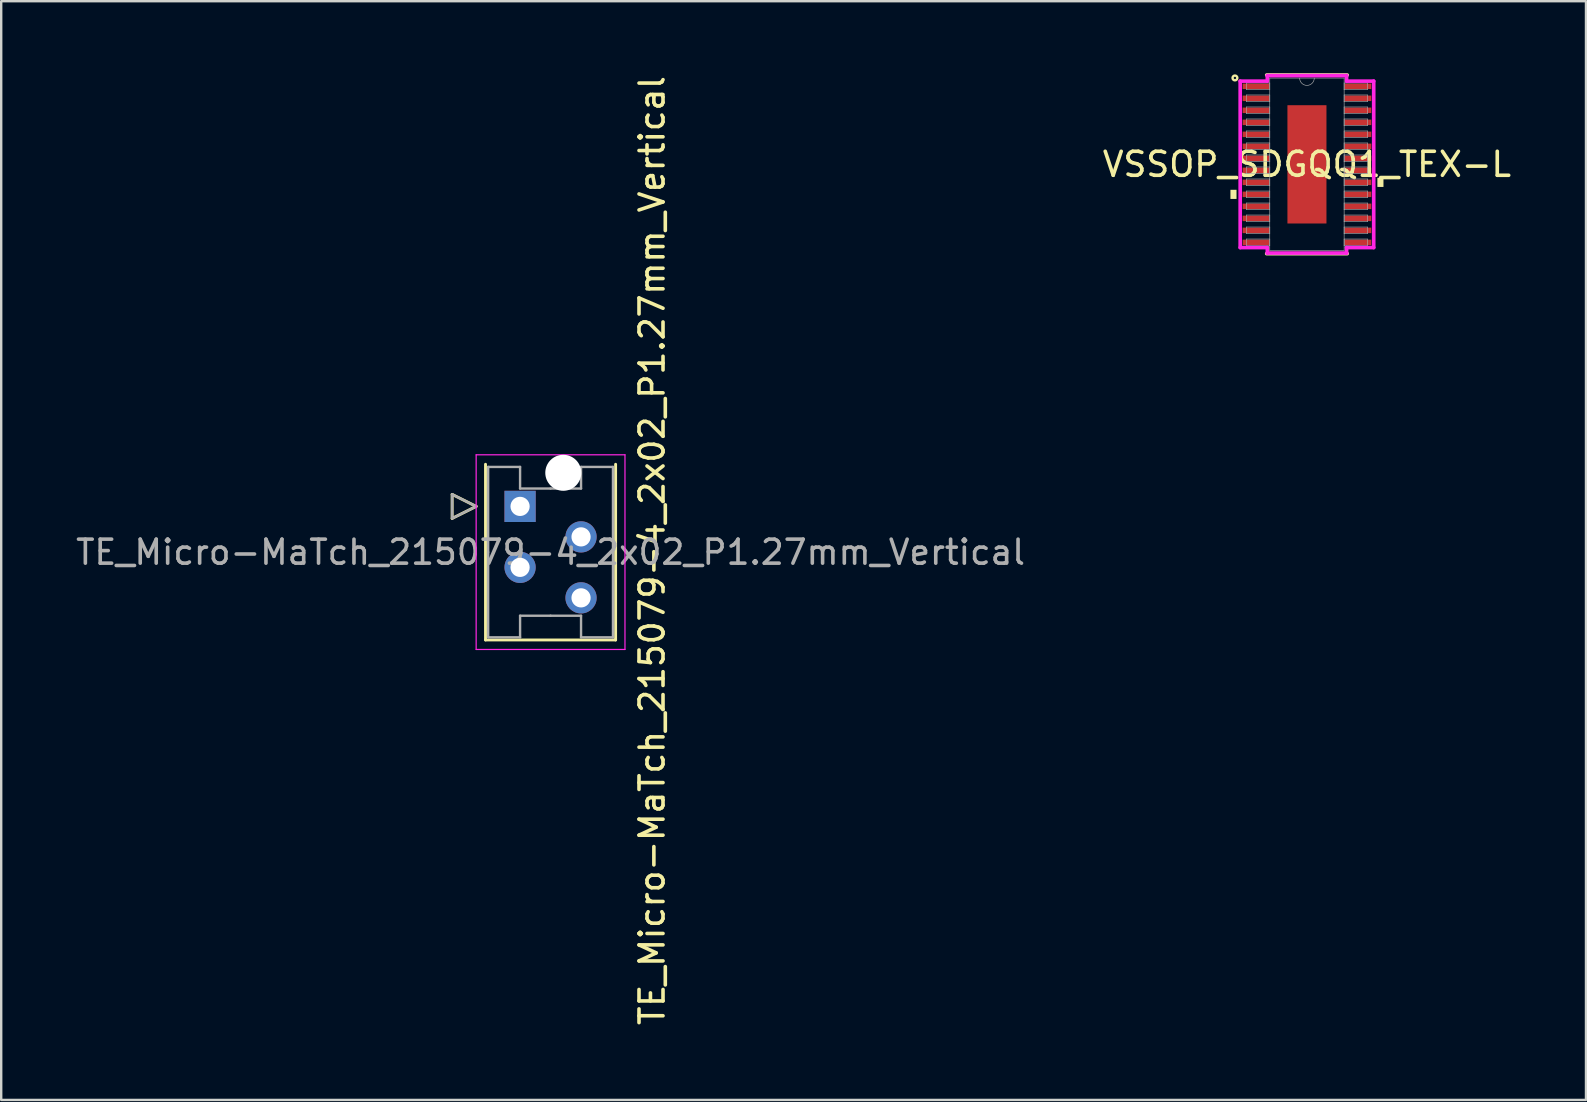
<source format=kicad_pcb>
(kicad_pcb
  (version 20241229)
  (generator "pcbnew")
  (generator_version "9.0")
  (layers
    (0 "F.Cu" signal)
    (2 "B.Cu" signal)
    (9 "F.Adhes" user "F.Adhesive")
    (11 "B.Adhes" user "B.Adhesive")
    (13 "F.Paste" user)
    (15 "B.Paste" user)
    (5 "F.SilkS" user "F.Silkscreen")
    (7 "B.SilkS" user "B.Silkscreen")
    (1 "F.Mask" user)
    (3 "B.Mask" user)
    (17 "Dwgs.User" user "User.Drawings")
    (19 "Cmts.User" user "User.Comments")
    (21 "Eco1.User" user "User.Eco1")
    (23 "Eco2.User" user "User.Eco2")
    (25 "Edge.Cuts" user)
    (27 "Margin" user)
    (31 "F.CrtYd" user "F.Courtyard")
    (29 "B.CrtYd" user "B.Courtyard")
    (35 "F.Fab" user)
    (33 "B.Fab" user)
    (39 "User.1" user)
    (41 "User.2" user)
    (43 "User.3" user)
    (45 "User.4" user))
  (footprint "TE_Micro-MaTch_215079-4_2x02_P1.27mm_Vertical"
    (layer "F.Cu")
    (at 18.617 18.047)
    (property "Reference" "TE_Micro-MaTch_215079-4_2x02_P1.27mm_Vertical" (at 5.5 1.84 270) (layer "F.SilkS") (effects (font (size 1 1) (thickness 0.15))))
    (attr through_hole)
    (fp_line (start -2.83 -0.5) (end -1.83 0) (stroke (width 0.12) (type solid)) (layer "F.SilkS"))
    (fp_line (start -2.83 0.5) (end -2.83 -0.5) (stroke (width 0.12) (type solid)) (layer "F.SilkS"))
    (fp_line (start -1.83 0) (end -2.83 0.5) (stroke (width 0.12) (type solid)) (layer "F.SilkS"))
    (fp_line (start -1.44 -1.755) (end -1.44 5.565) (stroke (width 0.12) (type solid)) (layer "F.SilkS"))
    (fp_line (start -1.44 5.565) (end 3.98 5.565) (stroke (width 0.12) (type solid)) (layer "F.SilkS"))
    (fp_line (start 3.98 5.565) (end 3.98 -1.755) (stroke (width 0.12) (type solid)) (layer "F.SilkS"))
    (fp_line (start -1.83 -2.15) (end -1.83 5.96) (stroke (width 0.05) (type solid)) (layer "F.CrtYd"))
    (fp_line (start -1.83 5.96) (end 4.37 5.96) (stroke (width 0.05) (type solid)) (layer "F.CrtYd"))
    (fp_line (start 4.37 -2.15) (end -1.83 -2.15) (stroke (width 0.05) (type solid)) (layer "F.CrtYd"))
    (fp_line (start 4.37 5.96) (end 4.37 -2.15) (stroke (width 0.05) (type solid)) (layer "F.CrtYd"))
    (fp_line (start -2.83 -0.5) (end -1.83 0) (stroke (width 0.1) (type solid)) (layer "F.Fab"))
    (fp_line (start -2.83 0.5) (end -2.83 -0.5) (stroke (width 0.1) (type solid)) (layer "F.Fab"))
    (fp_line (start -1.83 0) (end -2.83 0.5) (stroke (width 0.1) (type solid)) (layer "F.Fab"))
    (fp_line (start -1.33 -1.645) (end -1.33 1.905) (stroke (width 0.1) (type solid)) (layer "F.Fab"))
    (fp_line (start -1.33 5.455) (end -1.33 1.905) (stroke (width 0.1) (type solid)) (layer "F.Fab"))
    (fp_line (start 0 -1.645) (end -1.33 -1.645) (stroke (width 0.1) (type solid)) (layer "F.Fab"))
    (fp_line (start 0 -0.745) (end 0 -1.645) (stroke (width 0.1) (type solid)) (layer "F.Fab"))
    (fp_line (start 0 4.555) (end 0 5.455) (stroke (width 0.1) (type solid)) (layer "F.Fab"))
    (fp_line (start 0 5.455) (end -1.33 5.455) (stroke (width 0.1) (type solid)) (layer "F.Fab"))
    (fp_line (start 1.27 -0.745) (end 0 -0.745) (stroke (width 0.1) (type solid)) (layer "F.Fab"))
    (fp_line (start 1.27 -0.745) (end 2.54 -0.745) (stroke (width 0.1) (type solid)) (layer "F.Fab"))
    (fp_line (start 1.27 4.555) (end 0 4.555) (stroke (width 0.1) (type solid)) (layer "F.Fab"))
    (fp_line (start 1.27 4.555) (end 2.54 4.555) (stroke (width 0.1) (type solid)) (layer "F.Fab"))
    (fp_line (start 2.54 -1.645) (end 3.87 -1.645) (stroke (width 0.1) (type solid)) (layer "F.Fab"))
    (fp_line (start 2.54 -0.745) (end 2.54 -1.645) (stroke (width 0.1) (type solid)) (layer "F.Fab"))
    (fp_line (start 2.54 4.555) (end 2.54 5.455) (stroke (width 0.1) (type solid)) (layer "F.Fab"))
    (fp_line (start 2.54 5.455) (end 3.87 5.455) (stroke (width 0.1) (type solid)) (layer "F.Fab"))
    (fp_line (start 3.87 -1.645) (end 3.87 1.905) (stroke (width 0.1) (type solid)) (layer "F.Fab"))
    (fp_line (start 3.87 5.455) (end 3.87 1.905) (stroke (width 0.1) (type solid)) (layer "F.Fab"))
    (fp_text user "${REFERENCE}" (at 1.27 1.91 0) (layer "F.Fab") (effects (font (size 1 1) (thickness 0.15))))
    (pad "" np_thru_hole circle (at 1.8 -1.4) (size 1.5 1.5) (drill 1.5) (layers "*.Cu" "*.Mask"))
    (pad "1" thru_hole rect (at 0 0) (size 1.3 1.3) (drill 0.8) (layers "*.Cu" "*.Mask"))
    (pad "2" thru_hole circle (at 2.54 1.27) (size 1.3 1.3) (drill 0.8) (layers "*.Cu" "*.Mask"))
    (pad "3" thru_hole circle (at 0 2.54) (size 1.3 1.3) (drill 0.8) (layers "*.Cu" "*.Mask"))
    (pad "4" thru_hole circle (at 2.54 3.81) (size 1.3 1.3) (drill 0.8) (layers "*.Cu" "*.Mask")))
  (footprint "VSSOP_SDGQQ1_TEX-L"
    (layer "F.Cu")
    (at 51.399 3.797)
    (property "Reference" "VSSOP_SDGQQ1_TEX-L" (at 0 0 0) (unlocked yes) (layer "F.SilkS") (effects (font (size 1 1) (thickness 0.15))))
    (attr smd)
    (fp_line (start -1.676 3.721) (end 1.676 3.721) (stroke (width 0.152) (type solid)) (layer "F.SilkS"))
    (fp_line (start 1.676 -3.721) (end -1.676 -3.721) (stroke (width 0.152) (type solid)) (layer "F.SilkS"))
    (fp_circle (center -3 -3.6) (end -3.1 -3.6) (stroke (width 0.1) (type solid)) (fill no) (layer "F.SilkS"))
    (fp_poly (pts (xy -3.188 1.06) (xy -3.188 1.441) (xy -2.934 1.441) (xy -2.934 1.06)) (stroke (width 0) (type solid)) (fill yes) (layer "F.SilkS"))
    (fp_poly (pts (xy 3.188 0.56) (xy 3.188 0.941) (xy 2.934 0.941) (xy 2.934 0.56)) (stroke (width 0) (type solid)) (fill yes) (layer "F.SilkS"))
    (fp_poly (pts (xy -0.713 -2.364) (xy -0.713 -0.921) (xy 0.713 -0.921) (xy 0.713 -2.364)) (stroke (width 0) (type solid)) (fill yes) (layer "F.Paste"))
    (fp_poly (pts (xy -0.713 -0.721) (xy -0.713 0.721) (xy 0.713 0.721) (xy 0.713 -0.721)) (stroke (width 0) (type solid)) (fill yes) (layer "F.Paste"))
    (fp_poly (pts (xy -0.713 0.921) (xy -0.713 2.364) (xy 0.713 2.364) (xy 0.713 0.921)) (stroke (width 0) (type solid)) (fill yes) (layer "F.Paste"))
    (fp_line (start -2.781 -3.467) (end -1.651 -3.467) (stroke (width 0.152) (type solid)) (layer "F.CrtYd"))
    (fp_line (start -2.781 3.467) (end -2.781 -3.467) (stroke (width 0.152) (type solid)) (layer "F.CrtYd"))
    (fp_line (start -2.781 3.467) (end -1.651 3.467) (stroke (width 0.152) (type solid)) (layer "F.CrtYd"))
    (fp_line (start -1.651 -3.696) (end 1.651 -3.696) (stroke (width 0.152) (type solid)) (layer "F.CrtYd"))
    (fp_line (start -1.651 -3.467) (end -1.651 -3.696) (stroke (width 0.152) (type solid)) (layer "F.CrtYd"))
    (fp_line (start -1.651 3.696) (end -1.651 3.467) (stroke (width 0.152) (type solid)) (layer "F.CrtYd"))
    (fp_line (start 1.651 -3.696) (end 1.651 -3.467) (stroke (width 0.152) (type solid)) (layer "F.CrtYd"))
    (fp_line (start 1.651 3.467) (end 1.651 3.696) (stroke (width 0.152) (type solid)) (layer "F.CrtYd"))
    (fp_line (start 1.651 3.696) (end -1.651 3.696) (stroke (width 0.152) (type solid)) (layer "F.CrtYd"))
    (fp_line (start 2.781 -3.467) (end 1.651 -3.467) (stroke (width 0.152) (type solid)) (layer "F.CrtYd"))
    (fp_line (start 2.781 -3.467) (end 2.781 3.467) (stroke (width 0.152) (type solid)) (layer "F.CrtYd"))
    (fp_line (start 2.781 3.467) (end 1.651 3.467) (stroke (width 0.152) (type solid)) (layer "F.CrtYd"))
    (fp_line (start -2.527 -3.391) (end -2.527 -3.111) (stroke (width 0.025) (type solid)) (layer "F.Fab"))
    (fp_line (start -2.527 -3.111) (end -1.549 -3.111) (stroke (width 0.025) (type solid)) (layer "F.Fab"))
    (fp_line (start -2.527 -2.89) (end -2.527 -2.611) (stroke (width 0.025) (type solid)) (layer "F.Fab"))
    (fp_line (start -2.527 -2.611) (end -1.549 -2.611) (stroke (width 0.025) (type solid)) (layer "F.Fab"))
    (fp_line (start -2.527 -2.39) (end -2.527 -2.111) (stroke (width 0.025) (type solid)) (layer "F.Fab"))
    (fp_line (start -2.527 -2.111) (end -1.549 -2.111) (stroke (width 0.025) (type solid)) (layer "F.Fab"))
    (fp_line (start -2.527 -1.89) (end -2.527 -1.611) (stroke (width 0.025) (type solid)) (layer "F.Fab"))
    (fp_line (start -2.527 -1.611) (end -1.549 -1.611) (stroke (width 0.025) (type solid)) (layer "F.Fab"))
    (fp_line (start -2.527 -1.39) (end -2.527 -1.111) (stroke (width 0.025) (type solid)) (layer "F.Fab"))
    (fp_line (start -2.527 -1.111) (end -1.549 -1.111) (stroke (width 0.025) (type solid)) (layer "F.Fab"))
    (fp_line (start -2.527 -0.89) (end -2.527 -0.61) (stroke (width 0.025) (type solid)) (layer "F.Fab"))
    (fp_line (start -2.527 -0.61) (end -1.549 -0.61) (stroke (width 0.025) (type solid)) (layer "F.Fab"))
    (fp_line (start -2.527 -0.39) (end -2.527 -0.11) (stroke (width 0.025) (type solid)) (layer "F.Fab"))
    (fp_line (start -2.527 -0.11) (end -1.549 -0.11) (stroke (width 0.025) (type solid)) (layer "F.Fab"))
    (fp_line (start -2.527 0.11) (end -2.527 0.39) (stroke (width 0.025) (type solid)) (layer "F.Fab"))
    (fp_line (start -2.527 0.39) (end -1.549 0.39) (stroke (width 0.025) (type solid)) (layer "F.Fab"))
    (fp_line (start -2.527 0.61) (end -2.527 0.89) (stroke (width 0.025) (type solid)) (layer "F.Fab"))
    (fp_line (start -2.527 0.89) (end -1.549 0.89) (stroke (width 0.025) (type solid)) (layer "F.Fab"))
    (fp_line (start -2.527 1.111) (end -2.527 1.39) (stroke (width 0.025) (type solid)) (layer "F.Fab"))
    (fp_line (start -2.527 1.39) (end -1.549 1.39) (stroke (width 0.025) (type solid)) (layer "F.Fab"))
    (fp_line (start -2.527 1.611) (end -2.527 1.89) (stroke (width 0.025) (type solid)) (layer "F.Fab"))
    (fp_line (start -2.527 1.89) (end -1.549 1.89) (stroke (width 0.025) (type solid)) (layer "F.Fab"))
    (fp_line (start -2.527 2.111) (end -2.527 2.39) (stroke (width 0.025) (type solid)) (layer "F.Fab"))
    (fp_line (start -2.527 2.39) (end -1.549 2.39) (stroke (width 0.025) (type solid)) (layer "F.Fab"))
    (fp_line (start -2.527 2.611) (end -2.527 2.89) (stroke (width 0.025) (type solid)) (layer "F.Fab"))
    (fp_line (start -2.527 2.89) (end -1.549 2.89) (stroke (width 0.025) (type solid)) (layer "F.Fab"))
    (fp_line (start -2.527 3.111) (end -2.527 3.391) (stroke (width 0.025) (type solid)) (layer "F.Fab"))
    (fp_line (start -2.527 3.391) (end -1.549 3.391) (stroke (width 0.025) (type solid)) (layer "F.Fab"))
    (fp_line (start -1.549 -3.594) (end -1.549 3.594) (stroke (width 0.025) (type solid)) (layer "F.Fab"))
    (fp_line (start -1.549 -3.391) (end -2.527 -3.391) (stroke (width 0.025) (type solid)) (layer "F.Fab"))
    (fp_line (start -1.549 -3.111) (end -1.549 -3.391) (stroke (width 0.025) (type solid)) (layer "F.Fab"))
    (fp_line (start -1.549 -2.89) (end -2.527 -2.89) (stroke (width 0.025) (type solid)) (layer "F.Fab"))
    (fp_line (start -1.549 -2.611) (end -1.549 -2.89) (stroke (width 0.025) (type solid)) (layer "F.Fab"))
    (fp_line (start -1.549 -2.39) (end -2.527 -2.39) (stroke (width 0.025) (type solid)) (layer "F.Fab"))
    (fp_line (start -1.549 -2.111) (end -1.549 -2.39) (stroke (width 0.025) (type solid)) (layer "F.Fab"))
    (fp_line (start -1.549 -1.89) (end -2.527 -1.89) (stroke (width 0.025) (type solid)) (layer "F.Fab"))
    (fp_line (start -1.549 -1.611) (end -1.549 -1.89) (stroke (width 0.025) (type solid)) (layer "F.Fab"))
    (fp_line (start -1.549 -1.39) (end -2.527 -1.39) (stroke (width 0.025) (type solid)) (layer "F.Fab"))
    (fp_line (start -1.549 -1.111) (end -1.549 -1.39) (stroke (width 0.025) (type solid)) (layer "F.Fab"))
    (fp_line (start -1.549 -0.89) (end -2.527 -0.89) (stroke (width 0.025) (type solid)) (layer "F.Fab"))
    (fp_line (start -1.549 -0.61) (end -1.549 -0.89) (stroke (width 0.025) (type solid)) (layer "F.Fab"))
    (fp_line (start -1.549 -0.39) (end -2.527 -0.39) (stroke (width 0.025) (type solid)) (layer "F.Fab"))
    (fp_line (start -1.549 -0.11) (end -1.549 -0.39) (stroke (width 0.025) (type solid)) (layer "F.Fab"))
    (fp_line (start -1.549 0.11) (end -2.527 0.11) (stroke (width 0.025) (type solid)) (layer "F.Fab"))
    (fp_line (start -1.549 0.39) (end -1.549 0.11) (stroke (width 0.025) (type solid)) (layer "F.Fab"))
    (fp_line (start -1.549 0.61) (end -2.527 0.61) (stroke (width 0.025) (type solid)) (layer "F.Fab"))
    (fp_line (start -1.549 0.89) (end -1.549 0.61) (stroke (width 0.025) (type solid)) (layer "F.Fab"))
    (fp_line (start -1.549 1.111) (end -2.527 1.111) (stroke (width 0.025) (type solid)) (layer "F.Fab"))
    (fp_line (start -1.549 1.39) (end -1.549 1.111) (stroke (width 0.025) (type solid)) (layer "F.Fab"))
    (fp_line (start -1.549 1.611) (end -2.527 1.611) (stroke (width 0.025) (type solid)) (layer "F.Fab"))
    (fp_line (start -1.549 1.89) (end -1.549 1.611) (stroke (width 0.025) (type solid)) (layer "F.Fab"))
    (fp_line (start -1.549 2.111) (end -2.527 2.111) (stroke (width 0.025) (type solid)) (layer "F.Fab"))
    (fp_line (start -1.549 2.39) (end -1.549 2.111) (stroke (width 0.025) (type solid)) (layer "F.Fab"))
    (fp_line (start -1.549 2.611) (end -2.527 2.611) (stroke (width 0.025) (type solid)) (layer "F.Fab"))
    (fp_line (start -1.549 2.89) (end -1.549 2.611) (stroke (width 0.025) (type solid)) (layer "F.Fab"))
    (fp_line (start -1.549 3.111) (end -2.527 3.111) (stroke (width 0.025) (type solid)) (layer "F.Fab"))
    (fp_line (start -1.549 3.391) (end -1.549 3.111) (stroke (width 0.025) (type solid)) (layer "F.Fab"))
    (fp_line (start -1.549 3.594) (end 1.549 3.594) (stroke (width 0.025) (type solid)) (layer "F.Fab"))
    (fp_line (start 1.549 -3.594) (end -1.549 -3.594) (stroke (width 0.025) (type solid)) (layer "F.Fab"))
    (fp_line (start 1.549 -3.391) (end 1.549 -3.111) (stroke (width 0.025) (type solid)) (layer "F.Fab"))
    (fp_line (start 1.549 -3.111) (end 2.527 -3.111) (stroke (width 0.025) (type solid)) (layer "F.Fab"))
    (fp_line (start 1.549 -2.89) (end 1.549 -2.611) (stroke (width 0.025) (type solid)) (layer "F.Fab"))
    (fp_line (start 1.549 -2.611) (end 2.527 -2.611) (stroke (width 0.025) (type solid)) (layer "F.Fab"))
    (fp_line (start 1.549 -2.39) (end 1.549 -2.111) (stroke (width 0.025) (type solid)) (layer "F.Fab"))
    (fp_line (start 1.549 -2.111) (end 2.527 -2.111) (stroke (width 0.025) (type solid)) (layer "F.Fab"))
    (fp_line (start 1.549 -1.89) (end 1.549 -1.611) (stroke (width 0.025) (type solid)) (layer "F.Fab"))
    (fp_line (start 1.549 -1.611) (end 2.527 -1.611) (stroke (width 0.025) (type solid)) (layer "F.Fab"))
    (fp_line (start 1.549 -1.39) (end 1.549 -1.111) (stroke (width 0.025) (type solid)) (layer "F.Fab"))
    (fp_line (start 1.549 -1.111) (end 2.527 -1.111) (stroke (width 0.025) (type solid)) (layer "F.Fab"))
    (fp_line (start 1.549 -0.89) (end 1.549 -0.61) (stroke (width 0.025) (type solid)) (layer "F.Fab"))
    (fp_line (start 1.549 -0.61) (end 2.527 -0.61) (stroke (width 0.025) (type solid)) (layer "F.Fab"))
    (fp_line (start 1.549 -0.39) (end 1.549 -0.11) (stroke (width 0.025) (type solid)) (layer "F.Fab"))
    (fp_line (start 1.549 -0.11) (end 2.527 -0.11) (stroke (width 0.025) (type solid)) (layer "F.Fab"))
    (fp_line (start 1.549 0.11) (end 1.549 0.39) (stroke (width 0.025) (type solid)) (layer "F.Fab"))
    (fp_line (start 1.549 0.39) (end 2.527 0.39) (stroke (width 0.025) (type solid)) (layer "F.Fab"))
    (fp_line (start 1.549 0.61) (end 1.549 0.89) (stroke (width 0.025) (type solid)) (layer "F.Fab"))
    (fp_line (start 1.549 0.89) (end 2.527 0.89) (stroke (width 0.025) (type solid)) (layer "F.Fab"))
    (fp_line (start 1.549 1.111) (end 1.549 1.39) (stroke (width 0.025) (type solid)) (layer "F.Fab"))
    (fp_line (start 1.549 1.39) (end 2.527 1.39) (stroke (width 0.025) (type solid)) (layer "F.Fab"))
    (fp_line (start 1.549 1.611) (end 1.549 1.89) (stroke (width 0.025) (type solid)) (layer "F.Fab"))
    (fp_line (start 1.549 1.89) (end 2.527 1.89) (stroke (width 0.025) (type solid)) (layer "F.Fab"))
    (fp_line (start 1.549 2.111) (end 1.549 2.39) (stroke (width 0.025) (type solid)) (layer "F.Fab"))
    (fp_line (start 1.549 2.39) (end 2.527 2.39) (stroke (width 0.025) (type solid)) (layer "F.Fab"))
    (fp_line (start 1.549 2.611) (end 1.549 2.89) (stroke (width 0.025) (type solid)) (layer "F.Fab"))
    (fp_line (start 1.549 2.89) (end 2.527 2.89) (stroke (width 0.025) (type solid)) (layer "F.Fab"))
    (fp_line (start 1.549 3.111) (end 1.549 3.391) (stroke (width 0.025) (type solid)) (layer "F.Fab"))
    (fp_line (start 1.549 3.391) (end 2.527 3.391) (stroke (width 0.025) (type solid)) (layer "F.Fab"))
    (fp_line (start 1.549 3.594) (end 1.549 -3.594) (stroke (width 0.025) (type solid)) (layer "F.Fab"))
    (fp_line (start 2.527 -3.391) (end 1.549 -3.391) (stroke (width 0.025) (type solid)) (layer "F.Fab"))
    (fp_line (start 2.527 -3.111) (end 2.527 -3.391) (stroke (width 0.025) (type solid)) (layer "F.Fab"))
    (fp_line (start 2.527 -2.89) (end 1.549 -2.89) (stroke (width 0.025) (type solid)) (layer "F.Fab"))
    (fp_line (start 2.527 -2.611) (end 2.527 -2.89) (stroke (width 0.025) (type solid)) (layer "F.Fab"))
    (fp_line (start 2.527 -2.39) (end 1.549 -2.39) (stroke (width 0.025) (type solid)) (layer "F.Fab"))
    (fp_line (start 2.527 -2.111) (end 2.527 -2.39) (stroke (width 0.025) (type solid)) (layer "F.Fab"))
    (fp_line (start 2.527 -1.89) (end 1.549 -1.89) (stroke (width 0.025) (type solid)) (layer "F.Fab"))
    (fp_line (start 2.527 -1.611) (end 2.527 -1.89) (stroke (width 0.025) (type solid)) (layer "F.Fab"))
    (fp_line (start 2.527 -1.39) (end 1.549 -1.39) (stroke (width 0.025) (type solid)) (layer "F.Fab"))
    (fp_line (start 2.527 -1.111) (end 2.527 -1.39) (stroke (width 0.025) (type solid)) (layer "F.Fab"))
    (fp_line (start 2.527 -0.89) (end 1.549 -0.89) (stroke (width 0.025) (type solid)) (layer "F.Fab"))
    (fp_line (start 2.527 -0.61) (end 2.527 -0.89) (stroke (width 0.025) (type solid)) (layer "F.Fab"))
    (fp_line (start 2.527 -0.39) (end 1.549 -0.39) (stroke (width 0.025) (type solid)) (layer "F.Fab"))
    (fp_line (start 2.527 -0.11) (end 2.527 -0.39) (stroke (width 0.025) (type solid)) (layer "F.Fab"))
    (fp_line (start 2.527 0.11) (end 1.549 0.11) (stroke (width 0.025) (type solid)) (layer "F.Fab"))
    (fp_line (start 2.527 0.39) (end 2.527 0.11) (stroke (width 0.025) (type solid)) (layer "F.Fab"))
    (fp_line (start 2.527 0.61) (end 1.549 0.61) (stroke (width 0.025) (type solid)) (layer "F.Fab"))
    (fp_line (start 2.527 0.89) (end 2.527 0.61) (stroke (width 0.025) (type solid)) (layer "F.Fab"))
    (fp_line (start 2.527 1.111) (end 1.549 1.111) (stroke (width 0.025) (type solid)) (layer "F.Fab"))
    (fp_line (start 2.527 1.39) (end 2.527 1.111) (stroke (width 0.025) (type solid)) (layer "F.Fab"))
    (fp_line (start 2.527 1.611) (end 1.549 1.611) (stroke (width 0.025) (type solid)) (layer "F.Fab"))
    (fp_line (start 2.527 1.89) (end 2.527 1.611) (stroke (width 0.025) (type solid)) (layer "F.Fab"))
    (fp_line (start 2.527 2.111) (end 1.549 2.111) (stroke (width 0.025) (type solid)) (layer "F.Fab"))
    (fp_line (start 2.527 2.39) (end 2.527 2.111) (stroke (width 0.025) (type solid)) (layer "F.Fab"))
    (fp_line (start 2.527 2.611) (end 1.549 2.611) (stroke (width 0.025) (type solid)) (layer "F.Fab"))
    (fp_line (start 2.527 2.89) (end 2.527 2.611) (stroke (width 0.025) (type solid)) (layer "F.Fab"))
    (fp_line (start 2.527 3.111) (end 1.549 3.111) (stroke (width 0.025) (type solid)) (layer "F.Fab"))
    (fp_line (start 2.527 3.391) (end 2.527 3.111) (stroke (width 0.025) (type solid)) (layer "F.Fab"))
    (fp_arc (start 0.3048 -3.5941) (mid 0 -3.2893) (end -0.3048 -3.5941) (stroke (width 0.0254) (type solid)) (layer "F.Fab"))
    (pad "1" smd rect (at -2.121 -3.251) (size 1.118 0.229) (layers "F.Cu" "F.Mask" "F.Paste"))
    (pad "2" smd rect (at -2.121 -2.751) (size 1.118 0.229) (layers "F.Cu" "F.Mask" "F.Paste"))
    (pad "3" smd rect (at -2.121 -2.251) (size 1.118 0.229) (layers "F.Cu" "F.Mask" "F.Paste"))
    (pad "4" smd rect (at -2.121 -1.75) (size 1.118 0.229) (layers "F.Cu" "F.Mask" "F.Paste"))
    (pad "5" smd rect (at -2.121 -1.25) (size 1.118 0.229) (layers "F.Cu" "F.Mask" "F.Paste"))
    (pad "6" smd rect (at -2.121 -0.75) (size 1.118 0.229) (layers "F.Cu" "F.Mask" "F.Paste"))
    (pad "7" smd rect (at -2.121 -0.25) (size 1.118 0.229) (layers "F.Cu" "F.Mask" "F.Paste"))
    (pad "8" smd rect (at -2.121 0.25) (size 1.118 0.229) (layers "F.Cu" "F.Mask" "F.Paste"))
    (pad "9" smd rect (at -2.121 0.75) (size 1.118 0.229) (layers "F.Cu" "F.Mask" "F.Paste"))
    (pad "10" smd rect (at -2.121 1.25) (size 1.118 0.229) (layers "F.Cu" "F.Mask" "F.Paste"))
    (pad "11" smd rect (at -2.121 1.75) (size 1.118 0.229) (layers "F.Cu" "F.Mask" "F.Paste"))
    (pad "12" smd rect (at -2.121 2.251) (size 1.118 0.229) (layers "F.Cu" "F.Mask" "F.Paste"))
    (pad "13" smd rect (at -2.121 2.751) (size 1.118 0.229) (layers "F.Cu" "F.Mask" "F.Paste"))
    (pad "14" smd rect (at -2.121 3.251) (size 1.118 0.229) (layers "F.Cu" "F.Mask" "F.Paste"))
    (pad "15" smd rect (at 2.121 3.251) (size 1.118 0.229) (layers "F.Cu" "F.Mask" "F.Paste"))
    (pad "16" smd rect (at 2.121 2.751) (size 1.118 0.229) (layers "F.Cu" "F.Mask" "F.Paste"))
    (pad "17" smd rect (at 2.121 2.251) (size 1.118 0.229) (layers "F.Cu" "F.Mask" "F.Paste"))
    (pad "18" smd rect (at 2.121 1.75) (size 1.118 0.229) (layers "F.Cu" "F.Mask" "F.Paste"))
    (pad "19" smd rect (at 2.121 1.25) (size 1.118 0.229) (layers "F.Cu" "F.Mask" "F.Paste"))
    (pad "20" smd rect (at 2.121 0.75) (size 1.118 0.229) (layers "F.Cu" "F.Mask" "F.Paste"))
    (pad "21" smd rect (at 2.121 0.25) (size 1.118 0.229) (layers "F.Cu" "F.Mask" "F.Paste"))
    (pad "22" smd rect (at 2.121 -0.25) (size 1.118 0.229) (layers "F.Cu" "F.Mask" "F.Paste"))
    (pad "23" smd rect (at 2.121 -0.75) (size 1.118 0.229) (layers "F.Cu" "F.Mask" "F.Paste"))
    (pad "24" smd rect (at 2.121 -1.25) (size 1.118 0.229) (layers "F.Cu" "F.Mask" "F.Paste"))
    (pad "25" smd rect (at 2.121 -1.75) (size 1.118 0.229) (layers "F.Cu" "F.Mask" "F.Paste"))
    (pad "26" smd rect (at 2.121 -2.251) (size 1.118 0.229) (layers "F.Cu" "F.Mask" "F.Paste"))
    (pad "27" smd rect (at 2.121 -2.751) (size 1.118 0.229) (layers "F.Cu" "F.Mask" "F.Paste"))
    (pad "28" smd rect (at 2.121 -3.251) (size 1.118 0.229) (layers "F.Cu" "F.Mask" "F.Paste"))
    (pad "EPAD" smd rect (at 0 0) (size 1.626 4.928) (layers "F.Cu" "F.Mask")))
  (gr_rect
    (start -3 -3)
    (end 63.024 42.774)
    (stroke (width 0.1) (type default))
    (fill no)
    (layer "Edge.Cuts")))
</source>
